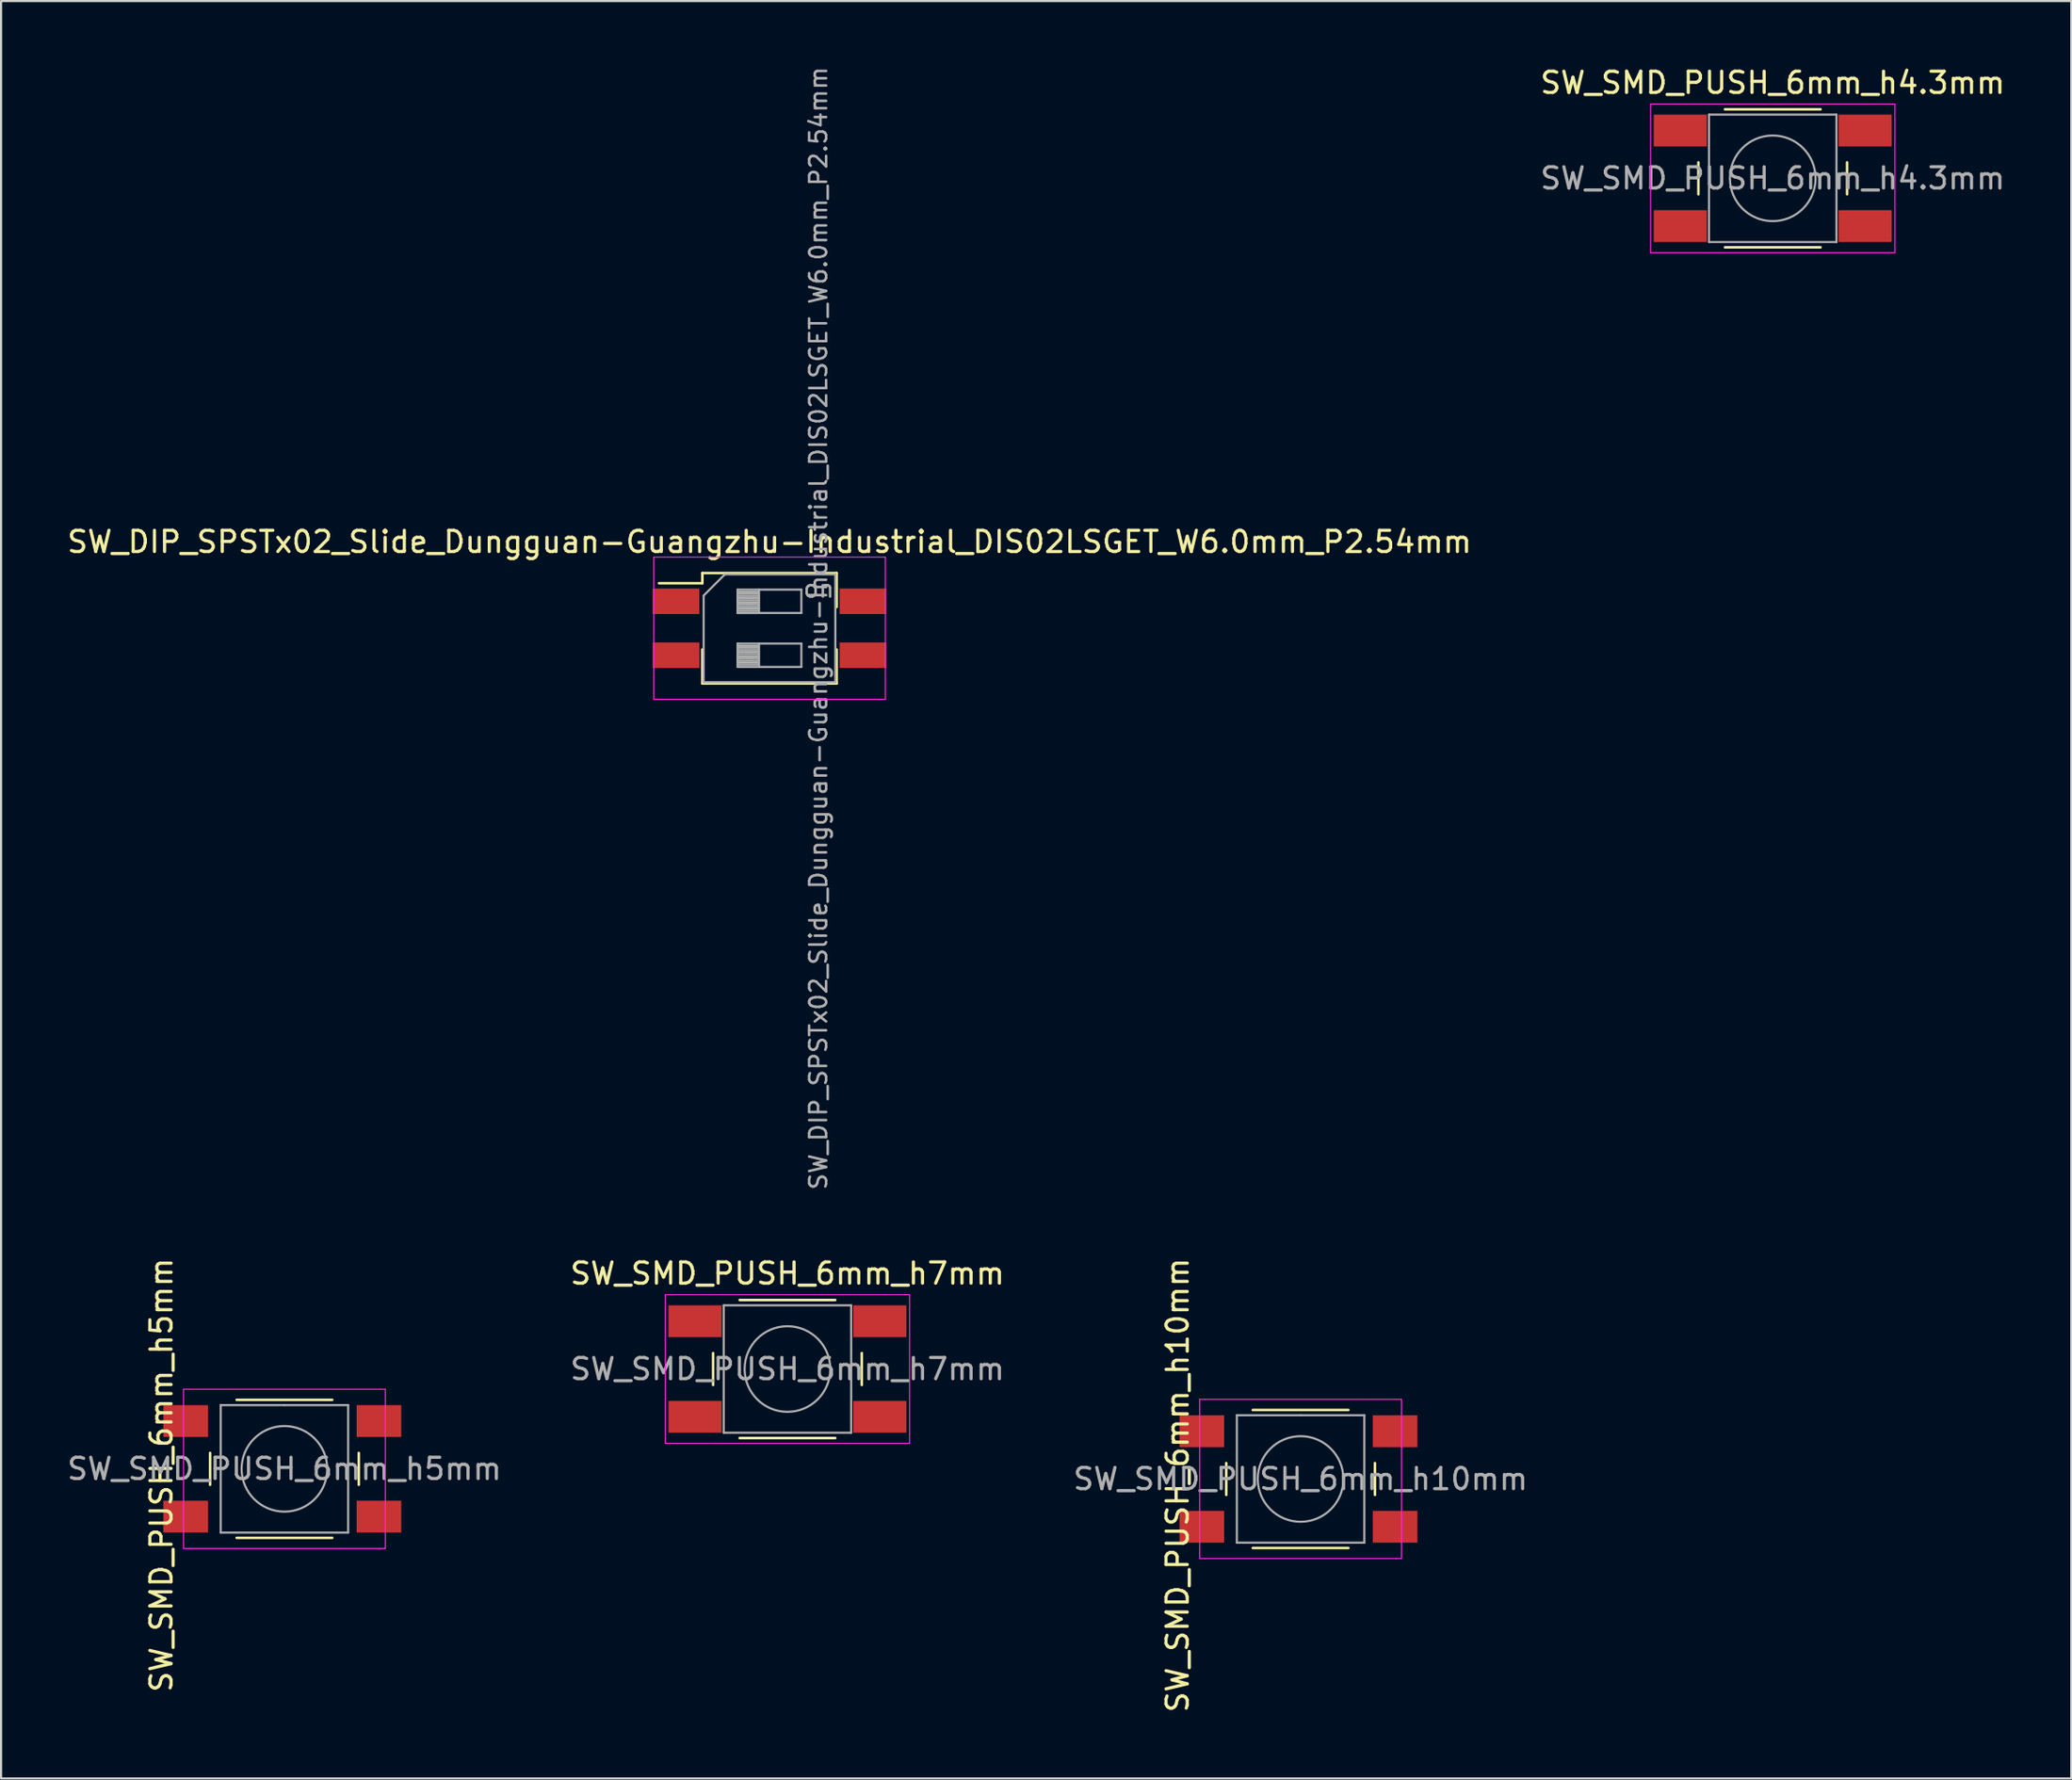
<source format=kicad_pcb>
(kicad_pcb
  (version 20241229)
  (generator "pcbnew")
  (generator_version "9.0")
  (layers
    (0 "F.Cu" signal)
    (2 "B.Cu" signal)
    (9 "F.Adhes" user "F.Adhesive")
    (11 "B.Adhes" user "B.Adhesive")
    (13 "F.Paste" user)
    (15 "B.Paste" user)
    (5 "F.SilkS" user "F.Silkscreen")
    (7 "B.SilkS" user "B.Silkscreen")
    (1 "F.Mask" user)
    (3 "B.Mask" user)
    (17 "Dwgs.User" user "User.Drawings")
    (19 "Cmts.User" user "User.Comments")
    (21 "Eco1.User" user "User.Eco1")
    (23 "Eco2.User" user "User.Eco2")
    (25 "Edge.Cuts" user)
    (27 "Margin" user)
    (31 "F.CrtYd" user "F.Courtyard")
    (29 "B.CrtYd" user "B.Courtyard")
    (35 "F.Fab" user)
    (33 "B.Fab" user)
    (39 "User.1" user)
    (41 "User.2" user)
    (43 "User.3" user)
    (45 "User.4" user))
  (footprint "SW_SMD_PUSH_6mm_h4.3mm"
    (layer "F.Cu")
    (at 80.399 5.348)
    (property "Reference" "SW_SMD_PUSH_6mm_h4.3mm" (at 0 -4.5 0) (layer "F.SilkS") (effects (font (size 1 1) (thickness 0.15))))
    (attr smd)
    (fp_line (start -3.5 -0.75) (end -3.5 0.75) (stroke (width 0.12) (type solid)) (layer "F.SilkS"))
    (fp_line (start -2.25 3.25) (end 2.25 3.25) (stroke (width 0.12) (type solid)) (layer "F.SilkS"))
    (fp_line (start 2.25 -3.25) (end -2.25 -3.25) (stroke (width 0.12) (type solid)) (layer "F.SilkS"))
    (fp_line (start 3.5 0.75) (end 3.5 -0.75) (stroke (width 0.12) (type solid)) (layer "F.SilkS"))
    (fp_line (start -5.75 -3.5) (end 5.75 -3.5) (stroke (width 0.05) (type solid)) (layer "F.CrtYd"))
    (fp_line (start -5.75 3.5) (end -5.75 -3.5) (stroke (width 0.05) (type solid)) (layer "F.CrtYd"))
    (fp_line (start 5.75 -3.5) (end 5.75 3.5) (stroke (width 0.05) (type solid)) (layer "F.CrtYd"))
    (fp_line (start 5.75 3.5) (end -5.75 3.5) (stroke (width 0.05) (type solid)) (layer "F.CrtYd"))
    (fp_line (start -3 -3) (end 3 -3) (stroke (width 0.1) (type solid)) (layer "F.Fab"))
    (fp_line (start -3 3) (end -3 -3) (stroke (width 0.1) (type solid)) (layer "F.Fab"))
    (fp_line (start 3 -3) (end 3 3) (stroke (width 0.1) (type solid)) (layer "F.Fab"))
    (fp_line (start 3 3) (end -3 3) (stroke (width 0.1) (type solid)) (layer "F.Fab"))
    (fp_circle (center 0 0) (end 2.016 0) (stroke (width 0.1) (type solid)) (fill no) (layer "F.Fab"))
    (fp_text user "${REFERENCE}" (at 0 0 0) (layer "F.Fab") (effects (font (size 1 1) (thickness 0.15))))
    (pad "1" smd rect (at -4.35 -2.25) (size 2.5 1.5) (layers "F.Cu" "F.Mask" "F.Paste"))
    (pad "1" smd rect (at 4.35 -2.25) (size 2.5 1.5) (layers "F.Cu" "F.Mask" "F.Paste"))
    (pad "2" smd rect (at -4.35 2.25) (size 2.5 1.5) (layers "F.Cu" "F.Mask" "F.Paste"))
    (pad "2" smd rect (at 4.35 2.25) (size 2.5 1.5) (layers "F.Cu" "F.Mask" "F.Paste")))
  (footprint "SW_SMD_PUSH_6mm_h5mm"
    (layer "F.Cu")
    (at 7.089 63.875)
    (property "Reference" "SW_SMD_PUSH_6mm_h5mm" (at -2.54 2.54 270) (layer "F.SilkS") (effects (font (size 1 1) (thickness 0.15))))
    (attr smd)
    (fp_line (start -0.25 1.5) (end -0.25 3) (stroke (width 0.12) (type solid)) (layer "F.SilkS"))
    (fp_line (start 1 5.5) (end 5.5 5.5) (stroke (width 0.12) (type solid)) (layer "F.SilkS"))
    (fp_line (start 5.5 -1) (end 1 -1) (stroke (width 0.12) (type solid)) (layer "F.SilkS"))
    (fp_line (start 6.75 3) (end 6.75 1.5) (stroke (width 0.12) (type solid)) (layer "F.SilkS"))
    (fp_line (start -1.5 -1.5) (end -1.25 -1.5) (stroke (width 0.05) (type solid)) (layer "F.CrtYd"))
    (fp_line (start -1.5 -1.25) (end -1.5 -1.5) (stroke (width 0.05) (type solid)) (layer "F.CrtYd"))
    (fp_line (start -1.5 5.75) (end -1.5 -1.25) (stroke (width 0.05) (type solid)) (layer "F.CrtYd"))
    (fp_line (start -1.5 5.75) (end -1.5 6) (stroke (width 0.05) (type solid)) (layer "F.CrtYd"))
    (fp_line (start -1.5 6) (end -1.25 6) (stroke (width 0.05) (type solid)) (layer "F.CrtYd"))
    (fp_line (start -1.25 -1.5) (end 7.75 -1.5) (stroke (width 0.05) (type solid)) (layer "F.CrtYd"))
    (fp_line (start 7.75 -1.5) (end 8 -1.5) (stroke (width 0.05) (type solid)) (layer "F.CrtYd"))
    (fp_line (start 7.75 6) (end -1.25 6) (stroke (width 0.05) (type solid)) (layer "F.CrtYd"))
    (fp_line (start 7.75 6) (end 8 6) (stroke (width 0.05) (type solid)) (layer "F.CrtYd"))
    (fp_line (start 8 -1.5) (end 8 -1.25) (stroke (width 0.05) (type solid)) (layer "F.CrtYd"))
    (fp_line (start 8 -1.25) (end 8 5.75) (stroke (width 0.05) (type solid)) (layer "F.CrtYd"))
    (fp_line (start 8 6) (end 8 5.75) (stroke (width 0.05) (type solid)) (layer "F.CrtYd"))
    (fp_line (start 0.25 -0.75) (end 3.25 -0.75) (stroke (width 0.1) (type solid)) (layer "F.Fab"))
    (fp_line (start 0.25 5.25) (end 0.25 -0.75) (stroke (width 0.1) (type solid)) (layer "F.Fab"))
    (fp_line (start 3.25 -0.75) (end 6.25 -0.75) (stroke (width 0.1) (type solid)) (layer "F.Fab"))
    (fp_line (start 6.25 -0.75) (end 6.25 5.25) (stroke (width 0.1) (type solid)) (layer "F.Fab"))
    (fp_line (start 6.25 5.25) (end 0.25 5.25) (stroke (width 0.1) (type solid)) (layer "F.Fab"))
    (fp_circle (center 3.25 2.25) (end 1.25 2.5) (stroke (width 0.1) (type solid)) (fill no) (layer "F.Fab"))
    (fp_text user "${REFERENCE}" (at 3.25 2.25 0) (layer "F.Fab") (effects (font (size 1 1) (thickness 0.15))))
    (pad "1" smd rect (at -1.4 0) (size 2.1 1.5) (layers "F.Cu" "F.Mask" "F.Paste"))
    (pad "1" smd rect (at 7.7 0) (size 2.1 1.5) (layers "F.Cu" "F.Mask" "F.Paste"))
    (pad "2" smd rect (at -1.4 4.5) (size 2.1 1.5) (layers "F.Cu" "F.Mask" "F.Paste"))
    (pad "2" smd rect (at 7.7 4.5) (size 2.1 1.5) (layers "F.Cu" "F.Mask" "F.Paste")))
  (footprint "SW_SMD_PUSH_6mm_h7mm"
    (layer "F.Cu")
    (at 34.018 61.424)
    (property "Reference" "SW_SMD_PUSH_6mm_h7mm" (at 0 -4.5 0) (layer "F.SilkS") (effects (font (size 1 1) (thickness 0.15))))
    (attr smd)
    (fp_line (start -3.5 -0.75) (end -3.5 0.75) (stroke (width 0.12) (type solid)) (layer "F.SilkS"))
    (fp_line (start -2.25 3.25) (end 2.25 3.25) (stroke (width 0.12) (type solid)) (layer "F.SilkS"))
    (fp_line (start 2.25 -3.25) (end -2.25 -3.25) (stroke (width 0.12) (type solid)) (layer "F.SilkS"))
    (fp_line (start 3.5 0.75) (end 3.5 -0.75) (stroke (width 0.12) (type solid)) (layer "F.SilkS"))
    (fp_line (start -5.75 -3.5) (end 5.75 -3.5) (stroke (width 0.05) (type solid)) (layer "F.CrtYd"))
    (fp_line (start -5.75 3.5) (end -5.75 -3.5) (stroke (width 0.05) (type solid)) (layer "F.CrtYd"))
    (fp_line (start 5.75 -3.5) (end 5.75 3.5) (stroke (width 0.05) (type solid)) (layer "F.CrtYd"))
    (fp_line (start 5.75 3.5) (end -5.75 3.5) (stroke (width 0.05) (type solid)) (layer "F.CrtYd"))
    (fp_line (start -3 -3) (end 3 -3) (stroke (width 0.1) (type solid)) (layer "F.Fab"))
    (fp_line (start -3 3) (end -3 -3) (stroke (width 0.1) (type solid)) (layer "F.Fab"))
    (fp_line (start 3 -3) (end 3 3) (stroke (width 0.1) (type solid)) (layer "F.Fab"))
    (fp_line (start 3 3) (end -3 3) (stroke (width 0.1) (type solid)) (layer "F.Fab"))
    (fp_circle (center 0 0) (end 2.016 0) (stroke (width 0.1) (type solid)) (fill no) (layer "F.Fab"))
    (fp_text user "${REFERENCE}" (at 0 0 0) (layer "F.Fab") (effects (font (size 1 1) (thickness 0.15))))
    (pad "1" smd rect (at -4.35 -2.25) (size 2.5 1.5) (layers "F.Cu" "F.Mask" "F.Paste"))
    (pad "1" smd rect (at 4.35 -2.25) (size 2.5 1.5) (layers "F.Cu" "F.Mask" "F.Paste"))
    (pad "2" smd rect (at -4.35 2.25) (size 2.5 1.5) (layers "F.Cu" "F.Mask" "F.Paste"))
    (pad "2" smd rect (at 4.35 2.25) (size 2.5 1.5) (layers "F.Cu" "F.Mask" "F.Paste")))
  (footprint "SW_SMD_PUSH_6mm_h10mm"
    (layer "F.Cu")
    (at 54.923 64.352)
    (property "Reference" "SW_SMD_PUSH_6mm_h10mm" (at -2.54 2.54 270) (layer "F.SilkS") (effects (font (size 1 1) (thickness 0.15))))
    (attr smd)
    (fp_line (start -0.25 1.5) (end -0.25 3) (stroke (width 0.12) (type solid)) (layer "F.SilkS"))
    (fp_line (start 1 5.5) (end 5.5 5.5) (stroke (width 0.12) (type solid)) (layer "F.SilkS"))
    (fp_line (start 5.5 -1) (end 1 -1) (stroke (width 0.12) (type solid)) (layer "F.SilkS"))
    (fp_line (start 6.75 3) (end 6.75 1.5) (stroke (width 0.12) (type solid)) (layer "F.SilkS"))
    (fp_line (start -1.5 -1.5) (end -1.25 -1.5) (stroke (width 0.05) (type solid)) (layer "F.CrtYd"))
    (fp_line (start -1.5 -1.25) (end -1.5 -1.5) (stroke (width 0.05) (type solid)) (layer "F.CrtYd"))
    (fp_line (start -1.5 5.75) (end -1.5 -1.25) (stroke (width 0.05) (type solid)) (layer "F.CrtYd"))
    (fp_line (start -1.5 5.75) (end -1.5 6) (stroke (width 0.05) (type solid)) (layer "F.CrtYd"))
    (fp_line (start -1.5 6) (end -1.25 6) (stroke (width 0.05) (type solid)) (layer "F.CrtYd"))
    (fp_line (start -1.25 -1.5) (end 7.75 -1.5) (stroke (width 0.05) (type solid)) (layer "F.CrtYd"))
    (fp_line (start 7.75 -1.5) (end 8 -1.5) (stroke (width 0.05) (type solid)) (layer "F.CrtYd"))
    (fp_line (start 7.75 6) (end -1.25 6) (stroke (width 0.05) (type solid)) (layer "F.CrtYd"))
    (fp_line (start 7.75 6) (end 8 6) (stroke (width 0.05) (type solid)) (layer "F.CrtYd"))
    (fp_line (start 8 -1.5) (end 8 -1.25) (stroke (width 0.05) (type solid)) (layer "F.CrtYd"))
    (fp_line (start 8 -1.25) (end 8 5.75) (stroke (width 0.05) (type solid)) (layer "F.CrtYd"))
    (fp_line (start 8 6) (end 8 5.75) (stroke (width 0.05) (type solid)) (layer "F.CrtYd"))
    (fp_line (start 0.25 -0.75) (end 3.25 -0.75) (stroke (width 0.1) (type solid)) (layer "F.Fab"))
    (fp_line (start 0.25 5.25) (end 0.25 -0.75) (stroke (width 0.1) (type solid)) (layer "F.Fab"))
    (fp_line (start 3.25 -0.75) (end 6.25 -0.75) (stroke (width 0.1) (type solid)) (layer "F.Fab"))
    (fp_line (start 6.25 -0.75) (end 6.25 5.25) (stroke (width 0.1) (type solid)) (layer "F.Fab"))
    (fp_line (start 6.25 5.25) (end 0.25 5.25) (stroke (width 0.1) (type solid)) (layer "F.Fab"))
    (fp_circle (center 3.25 2.25) (end 1.25 2.5) (stroke (width 0.1) (type solid)) (fill no) (layer "F.Fab"))
    (fp_text user "${REFERENCE}" (at 3.25 2.25 0) (layer "F.Fab") (effects (font (size 1 1) (thickness 0.15))))
    (pad "1" smd rect (at -1.4 0) (size 2.1 1.5) (layers "F.Cu" "F.Mask" "F.Paste"))
    (pad "1" smd rect (at 7.7 0) (size 2.1 1.5) (layers "F.Cu" "F.Mask" "F.Paste"))
    (pad "2" smd rect (at -1.4 4.5) (size 2.1 1.5) (layers "F.Cu" "F.Mask" "F.Paste"))
    (pad "2" smd rect (at 7.7 4.5) (size 2.1 1.5) (layers "F.Cu" "F.Mask" "F.Paste")))
  (footprint "SW_DIP_SPSTx02_Slide_Dungguan-Guangzhu-Industrial_DIS02LSGET_W6.0mm_P2.54mm"
    (layer "F.Cu")
    (at 33.173 26.538)
    (property "Reference" "SW_DIP_SPSTx02_Slide_Dungguan-Guangzhu-Industrial_DIS02LSGET_W6.0mm_P2.54mm" (at 0 -4.07 0) (layer "F.SilkS") (effects (font (size 1 1) (thickness 0.15))))
    (attr smd)
    (fp_line (start -5.2 -2.121) (end -3.16 -2.121) (stroke (width 0.12) (type solid)) (layer "F.SilkS"))
    (fp_line (start -3.16 -2.6) (end -3.16 -2.121) (stroke (width 0.12) (type solid)) (layer "F.SilkS"))
    (fp_line (start -3.16 -2.6) (end 3.16 -2.6) (stroke (width 0.12) (type solid)) (layer "F.SilkS"))
    (fp_line (start -3.16 1) (end -3.16 2.6) (stroke (width 0.12) (type solid)) (layer "F.SilkS"))
    (fp_line (start -3.16 2.6) (end 3.16 2.6) (stroke (width 0.12) (type solid)) (layer "F.SilkS"))
    (fp_line (start 3.16 -1) (end 3.16 -2.6) (stroke (width 0.12) (type solid)) (layer "F.SilkS"))
    (fp_line (start 3.16 1) (end 3.16 2.6) (stroke (width 0.12) (type solid)) (layer "F.SilkS"))
    (fp_line (start -5.45 -3.35) (end -5.45 3.35) (stroke (width 0.05) (type solid)) (layer "F.CrtYd"))
    (fp_line (start -5.45 3.35) (end 5.45 3.35) (stroke (width 0.05) (type solid)) (layer "F.CrtYd"))
    (fp_line (start 5.45 -3.35) (end -5.45 -3.35) (stroke (width 0.05) (type solid)) (layer "F.CrtYd"))
    (fp_line (start 5.45 3.35) (end 5.45 -3.35) (stroke (width 0.05) (type solid)) (layer "F.CrtYd"))
    (fp_line (start -3.1 -1.54) (end -2.1 -2.54) (stroke (width 0.1) (type solid)) (layer "F.Fab"))
    (fp_line (start -3.1 2.54) (end -3.1 -1.54) (stroke (width 0.1) (type solid)) (layer "F.Fab"))
    (fp_line (start -2.1 -2.54) (end 3.1 -2.54) (stroke (width 0.1) (type solid)) (layer "F.Fab"))
    (fp_line (start -1.5 -1.82) (end -1.5 -0.72) (stroke (width 0.1) (type solid)) (layer "F.Fab"))
    (fp_line (start -1.5 -1.72) (end -0.5 -1.72) (stroke (width 0.1) (type solid)) (layer "F.Fab"))
    (fp_line (start -1.5 -1.62) (end -0.5 -1.62) (stroke (width 0.1) (type solid)) (layer "F.Fab"))
    (fp_line (start -1.5 -1.52) (end -0.5 -1.52) (stroke (width 0.1) (type solid)) (layer "F.Fab"))
    (fp_line (start -1.5 -1.42) (end -0.5 -1.42) (stroke (width 0.1) (type solid)) (layer "F.Fab"))
    (fp_line (start -1.5 -1.32) (end -0.5 -1.32) (stroke (width 0.1) (type solid)) (layer "F.Fab"))
    (fp_line (start -1.5 -1.22) (end -0.5 -1.22) (stroke (width 0.1) (type solid)) (layer "F.Fab"))
    (fp_line (start -1.5 -1.12) (end -0.5 -1.12) (stroke (width 0.1) (type solid)) (layer "F.Fab"))
    (fp_line (start -1.5 -1.02) (end -0.5 -1.02) (stroke (width 0.1) (type solid)) (layer "F.Fab"))
    (fp_line (start -1.5 -0.92) (end -0.5 -0.92) (stroke (width 0.1) (type solid)) (layer "F.Fab"))
    (fp_line (start -1.5 -0.82) (end -0.5 -0.82) (stroke (width 0.1) (type solid)) (layer "F.Fab"))
    (fp_line (start -1.5 -0.72) (end -0.5 -0.72) (stroke (width 0.1) (type solid)) (layer "F.Fab"))
    (fp_line (start -1.5 -0.72) (end 1.5 -0.72) (stroke (width 0.1) (type solid)) (layer "F.Fab"))
    (fp_line (start -1.5 0.72) (end -1.5 1.82) (stroke (width 0.1) (type solid)) (layer "F.Fab"))
    (fp_line (start -1.5 0.82) (end -0.5 0.82) (stroke (width 0.1) (type solid)) (layer "F.Fab"))
    (fp_line (start -1.5 0.92) (end -0.5 0.92) (stroke (width 0.1) (type solid)) (layer "F.Fab"))
    (fp_line (start -1.5 1.02) (end -0.5 1.02) (stroke (width 0.1) (type solid)) (layer "F.Fab"))
    (fp_line (start -1.5 1.12) (end -0.5 1.12) (stroke (width 0.1) (type solid)) (layer "F.Fab"))
    (fp_line (start -1.5 1.22) (end -0.5 1.22) (stroke (width 0.1) (type solid)) (layer "F.Fab"))
    (fp_line (start -1.5 1.32) (end -0.5 1.32) (stroke (width 0.1) (type solid)) (layer "F.Fab"))
    (fp_line (start -1.5 1.42) (end -0.5 1.42) (stroke (width 0.1) (type solid)) (layer "F.Fab"))
    (fp_line (start -1.5 1.52) (end -0.5 1.52) (stroke (width 0.1) (type solid)) (layer "F.Fab"))
    (fp_line (start -1.5 1.62) (end -0.5 1.62) (stroke (width 0.1) (type solid)) (layer "F.Fab"))
    (fp_line (start -1.5 1.72) (end -0.5 1.72) (stroke (width 0.1) (type solid)) (layer "F.Fab"))
    (fp_line (start -1.5 1.82) (end 1.5 1.82) (stroke (width 0.1) (type solid)) (layer "F.Fab"))
    (fp_line (start -0.5 -1.82) (end -0.5 -0.72) (stroke (width 0.1) (type solid)) (layer "F.Fab"))
    (fp_line (start -0.5 0.72) (end -0.5 1.82) (stroke (width 0.1) (type solid)) (layer "F.Fab"))
    (fp_line (start 1.5 -1.82) (end -1.5 -1.82) (stroke (width 0.1) (type solid)) (layer "F.Fab"))
    (fp_line (start 1.5 -0.72) (end 1.5 -1.82) (stroke (width 0.1) (type solid)) (layer "F.Fab"))
    (fp_line (start 1.5 0.72) (end -1.5 0.72) (stroke (width 0.1) (type solid)) (layer "F.Fab"))
    (fp_line (start 1.5 1.82) (end 1.5 0.72) (stroke (width 0.1) (type solid)) (layer "F.Fab"))
    (fp_line (start 3.1 -2.54) (end 3.1 2.54) (stroke (width 0.1) (type solid)) (layer "F.Fab"))
    (fp_line (start 3.1 2.54) (end -3.1 2.54) (stroke (width 0.1) (type solid)) (layer "F.Fab"))
    (fp_text user "on" (at 2.32 -1.86 0) (layer "F.Fab") (effects (font (size 0.8 0.8) (thickness 0.12))))
    (fp_text user "${REFERENCE}" (at 2.3 0 90) (layer "F.Fab") (effects (font (size 0.8 0.8) (thickness 0.12))))
    (pad "1" smd rect (at -4.4 -1.27) (size 2.2 1.2) (layers "F.Cu" "F.Mask" "F.Paste"))
    (pad "2" smd rect (at -4.4 1.27) (size 2.2 1.2) (layers "F.Cu" "F.Mask" "F.Paste"))
    (pad "3" smd rect (at 4.4 1.27) (size 2.2 1.2) (layers "F.Cu" "F.Mask" "F.Paste"))
    (pad "4" smd rect (at 4.4 -1.27) (size 2.2 1.2) (layers "F.Cu" "F.Mask" "F.Paste")))
  (gr_rect
    (start -3 -3)
    (end 94.452 80.707)
    (stroke (width 0.1) (type default))
    (fill no)
    (layer "Edge.Cuts")))
</source>
